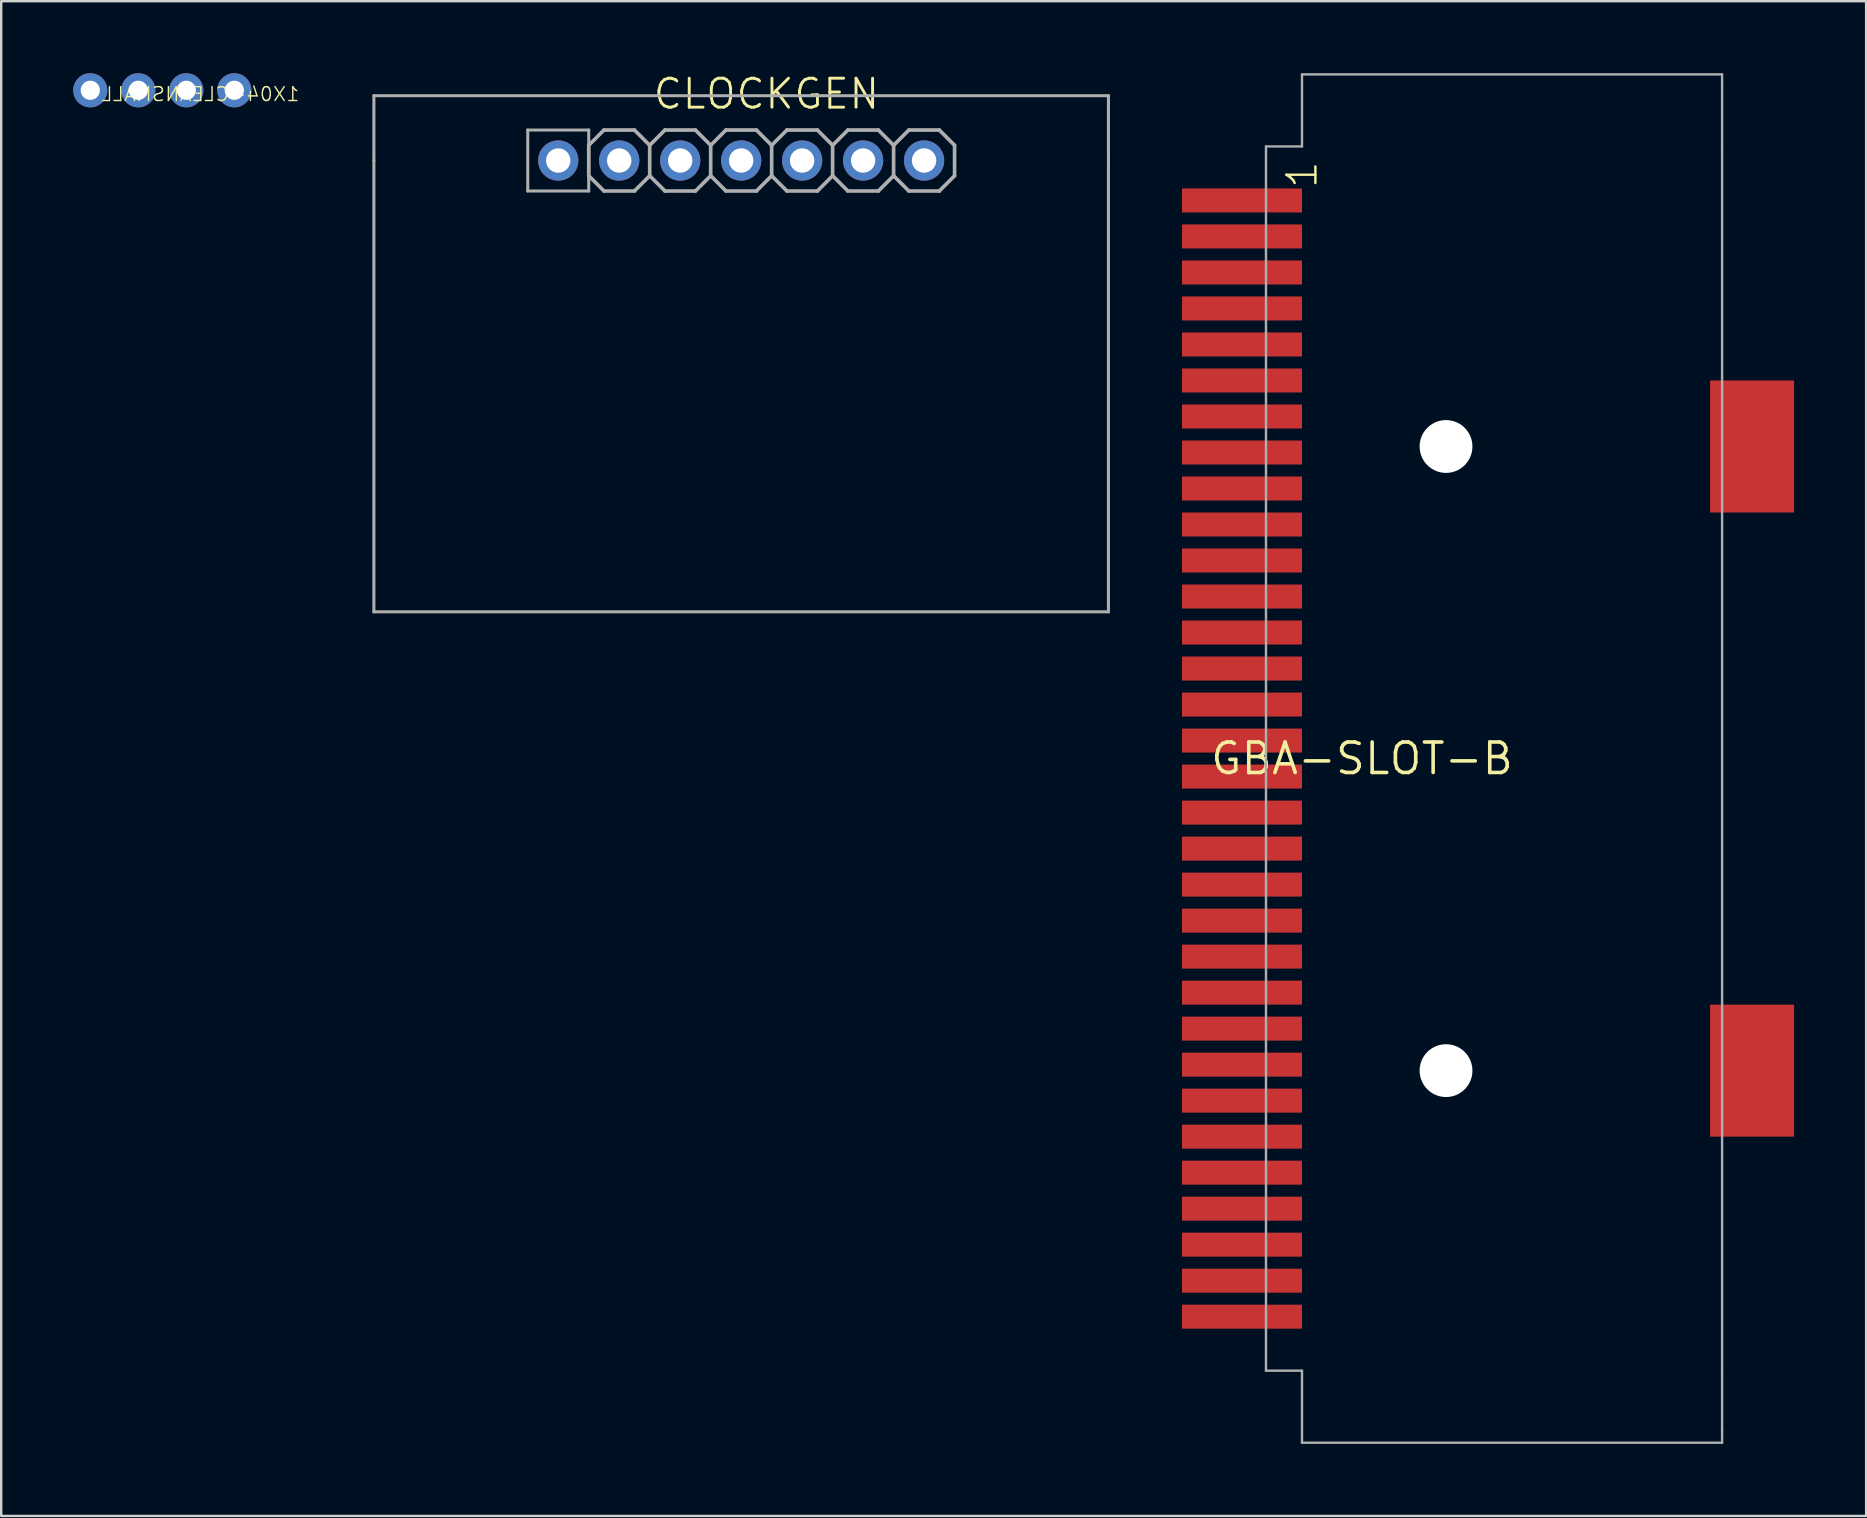
<source format=kicad_pcb>
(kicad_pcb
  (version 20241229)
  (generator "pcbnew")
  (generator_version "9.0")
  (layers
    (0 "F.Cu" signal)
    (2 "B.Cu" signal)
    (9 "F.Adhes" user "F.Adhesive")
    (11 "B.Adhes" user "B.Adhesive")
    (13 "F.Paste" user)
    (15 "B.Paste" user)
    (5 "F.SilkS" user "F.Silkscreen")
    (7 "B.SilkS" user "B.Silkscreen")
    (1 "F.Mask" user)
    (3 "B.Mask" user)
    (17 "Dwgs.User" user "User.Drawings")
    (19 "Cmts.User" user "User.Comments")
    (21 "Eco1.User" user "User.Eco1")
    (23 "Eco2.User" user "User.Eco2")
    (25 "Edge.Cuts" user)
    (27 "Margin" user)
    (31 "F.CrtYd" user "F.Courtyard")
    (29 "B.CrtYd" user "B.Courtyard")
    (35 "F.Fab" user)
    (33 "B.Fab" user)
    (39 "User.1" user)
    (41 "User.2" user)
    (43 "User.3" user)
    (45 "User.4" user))
  (footprint "1X04-CLEANSMALL"
    (layer "F.Cu")
    (at 3.711 0.711)
    (property "Reference" "1X04-CLEANSMALL" (at 5.75 0.5 0) (layer "F.SilkS") (effects (font (size 0.579 0.579) (thickness 0.058)) (justify left bottom mirror)))
    (attr through_hole)
    (pad "1" thru_hole circle (at -3 0 90) (size 1.422 1.422) (drill 0.8) (layers "*.Cu" "*.Mask"))
    (pad "2" thru_hole circle (at -1 0 90) (size 1.422 1.422) (drill 0.8) (layers "*.Cu" "*.Mask"))
    (pad "3" thru_hole circle (at 1 0 90) (size 1.422 1.422) (drill 0.8) (layers "*.Cu" "*.Mask"))
    (pad "4" thru_hole circle (at 3 0 90) (size 1.422 1.422) (drill 0.8) (layers "*.Cu" "*.Mask")))
  (footprint "CLOCKGEN"
    (layer "F.Cu")
    (at 27.825 3.637)
    (property "Reference" "CLOCKGEN" (at -3.736 -2.069 180) (layer "F.SilkS") (effects (font (size 1.206 1.206) (thickness 0.121)) (justify left bottom)))
    (attr through_hole)
    (fp_line (start -15.3 -2.7) (end 0 -2.7) (stroke (width 0.127) (type solid)) (layer "F.Fab"))
    (fp_line (start -15.3 0) (end -15.3 -2.7) (stroke (width 0.127) (type solid)) (layer "F.Fab"))
    (fp_line (start -15.3 0) (end -15.3 18.8) (stroke (width 0.127) (type solid)) (layer "F.Fab"))
    (fp_line (start -15.3 18.8) (end 15.3 18.8) (stroke (width 0.127) (type solid)) (layer "F.Fab"))
    (fp_line (start -8.89 -1.27) (end -6.35 -1.27) (stroke (width 0.127) (type solid)) (layer "F.Fab"))
    (fp_line (start -8.89 1.27) (end -8.89 -1.27) (stroke (width 0.127) (type solid)) (layer "F.Fab"))
    (fp_line (start -6.35 -1.27) (end -6.35 1.27) (stroke (width 0.127) (type solid)) (layer "F.Fab"))
    (fp_line (start -6.35 -0.635) (end -6.35 0.635) (stroke (width 0.152) (type solid)) (layer "F.Fab"))
    (fp_line (start -6.35 -0.635) (end -5.715 -1.27) (stroke (width 0.152) (type solid)) (layer "F.Fab"))
    (fp_line (start -6.35 1.27) (end -8.89 1.27) (stroke (width 0.127) (type solid)) (layer "F.Fab"))
    (fp_line (start -5.715 -1.27) (end -4.445 -1.27) (stroke (width 0.152) (type solid)) (layer "F.Fab"))
    (fp_line (start -5.715 1.27) (end -6.35 0.635) (stroke (width 0.152) (type solid)) (layer "F.Fab"))
    (fp_line (start -4.445 -1.27) (end -3.81 -0.635) (stroke (width 0.152) (type solid)) (layer "F.Fab"))
    (fp_line (start -4.445 1.27) (end -5.715 1.27) (stroke (width 0.152) (type solid)) (layer "F.Fab"))
    (fp_line (start -3.81 -0.635) (end -3.81 0.635) (stroke (width 0.152) (type solid)) (layer "F.Fab"))
    (fp_line (start -3.81 -0.635) (end -3.175 -1.27) (stroke (width 0.152) (type solid)) (layer "F.Fab"))
    (fp_line (start -3.81 0.635) (end -4.445 1.27) (stroke (width 0.152) (type solid)) (layer "F.Fab"))
    (fp_line (start -3.175 -1.27) (end -1.905 -1.27) (stroke (width 0.152) (type solid)) (layer "F.Fab"))
    (fp_line (start -3.175 1.27) (end -3.81 0.635) (stroke (width 0.152) (type solid)) (layer "F.Fab"))
    (fp_line (start -1.905 -1.27) (end -1.27 -0.635) (stroke (width 0.152) (type solid)) (layer "F.Fab"))
    (fp_line (start -1.905 1.27) (end -3.175 1.27) (stroke (width 0.152) (type solid)) (layer "F.Fab"))
    (fp_line (start -1.27 -0.635) (end -1.27 0.635) (stroke (width 0.152) (type solid)) (layer "F.Fab"))
    (fp_line (start -1.27 0.635) (end -1.905 1.27) (stroke (width 0.152) (type solid)) (layer "F.Fab"))
    (fp_line (start -1.27 0.635) (end -0.635 1.27) (stroke (width 0.152) (type solid)) (layer "F.Fab"))
    (fp_line (start -0.635 -1.27) (end -1.27 -0.635) (stroke (width 0.152) (type solid)) (layer "F.Fab"))
    (fp_line (start -0.635 -1.27) (end 0.635 -1.27) (stroke (width 0.152) (type solid)) (layer "F.Fab"))
    (fp_line (start 0 -2.7) (end 15.3 -2.7) (stroke (width 0.127) (type solid)) (layer "F.Fab"))
    (fp_line (start 0.635 -1.27) (end 1.27 -0.635) (stroke (width 0.152) (type solid)) (layer "F.Fab"))
    (fp_line (start 0.635 1.27) (end -0.635 1.27) (stroke (width 0.152) (type solid)) (layer "F.Fab"))
    (fp_line (start 1.27 -0.635) (end 1.27 0.635) (stroke (width 0.152) (type solid)) (layer "F.Fab"))
    (fp_line (start 1.27 -0.635) (end 1.905 -1.27) (stroke (width 0.152) (type solid)) (layer "F.Fab"))
    (fp_line (start 1.27 0.635) (end 0.635 1.27) (stroke (width 0.152) (type solid)) (layer "F.Fab"))
    (fp_line (start 1.905 -1.27) (end 3.175 -1.27) (stroke (width 0.152) (type solid)) (layer "F.Fab"))
    (fp_line (start 1.905 1.27) (end 1.27 0.635) (stroke (width 0.152) (type solid)) (layer "F.Fab"))
    (fp_line (start 3.175 -1.27) (end 3.81 -0.635) (stroke (width 0.152) (type solid)) (layer "F.Fab"))
    (fp_line (start 3.175 1.27) (end 1.905 1.27) (stroke (width 0.152) (type solid)) (layer "F.Fab"))
    (fp_line (start 3.81 -0.635) (end 3.81 0.635) (stroke (width 0.152) (type solid)) (layer "F.Fab"))
    (fp_line (start 3.81 -0.635) (end 4.445 -1.27) (stroke (width 0.152) (type solid)) (layer "F.Fab"))
    (fp_line (start 3.81 0.635) (end 3.175 1.27) (stroke (width 0.152) (type solid)) (layer "F.Fab"))
    (fp_line (start 4.445 -1.27) (end 5.715 -1.27) (stroke (width 0.152) (type solid)) (layer "F.Fab"))
    (fp_line (start 4.445 1.27) (end 3.81 0.635) (stroke (width 0.152) (type solid)) (layer "F.Fab"))
    (fp_line (start 5.715 -1.27) (end 6.35 -0.635) (stroke (width 0.152) (type solid)) (layer "F.Fab"))
    (fp_line (start 5.715 1.27) (end 4.445 1.27) (stroke (width 0.152) (type solid)) (layer "F.Fab"))
    (fp_line (start 6.35 -0.635) (end 6.35 0.635) (stroke (width 0.152) (type solid)) (layer "F.Fab"))
    (fp_line (start 6.35 0.635) (end 5.715 1.27) (stroke (width 0.152) (type solid)) (layer "F.Fab"))
    (fp_line (start 6.35 0.635) (end 6.985 1.27) (stroke (width 0.152) (type solid)) (layer "F.Fab"))
    (fp_line (start 6.985 -1.27) (end 6.35 -0.635) (stroke (width 0.152) (type solid)) (layer "F.Fab"))
    (fp_line (start 6.985 -1.27) (end 8.255 -1.27) (stroke (width 0.152) (type solid)) (layer "F.Fab"))
    (fp_line (start 8.255 -1.27) (end 8.89 -0.635) (stroke (width 0.152) (type solid)) (layer "F.Fab"))
    (fp_line (start 8.255 1.27) (end 6.985 1.27) (stroke (width 0.152) (type solid)) (layer "F.Fab"))
    (fp_line (start 8.89 -0.635) (end 8.89 0.635) (stroke (width 0.152) (type solid)) (layer "F.Fab"))
    (fp_line (start 8.89 0.635) (end 8.255 1.27) (stroke (width 0.152) (type solid)) (layer "F.Fab"))
    (fp_line (start 15.3 -2.7) (end 15.3 0) (stroke (width 0.127) (type solid)) (layer "F.Fab"))
    (fp_line (start 15.3 18.8) (end 15.3 0) (stroke (width 0.127) (type solid)) (layer "F.Fab"))
    (fp_poly (pts (xy -7.874 0.254) (xy -7.366 0.254) (xy -7.366 -0.254) (xy -7.874 -0.254)) (stroke (width 0.1) (type solid)) (fill no) (layer "F.Fab"))
    (fp_poly (pts (xy -5.334 0.254) (xy -4.826 0.254) (xy -4.826 -0.254) (xy -5.334 -0.254)) (stroke (width 0.1) (type solid)) (fill no) (layer "F.Fab"))
    (fp_poly (pts (xy -2.794 0.254) (xy -2.286 0.254) (xy -2.286 -0.254) (xy -2.794 -0.254)) (stroke (width 0.1) (type solid)) (fill no) (layer "F.Fab"))
    (fp_poly (pts (xy -0.254 0.254) (xy 0.254 0.254) (xy 0.254 -0.254) (xy -0.254 -0.254)) (stroke (width 0.1) (type solid)) (fill no) (layer "F.Fab"))
    (fp_poly (pts (xy 2.286 0.254) (xy 2.794 0.254) (xy 2.794 -0.254) (xy 2.286 -0.254)) (stroke (width 0.1) (type solid)) (fill no) (layer "F.Fab"))
    (fp_poly (pts (xy 4.826 0.254) (xy 5.334 0.254) (xy 5.334 -0.254) (xy 4.826 -0.254)) (stroke (width 0.1) (type solid)) (fill no) (layer "F.Fab"))
    (fp_poly (pts (xy 7.366 0.254) (xy 7.874 0.254) (xy 7.874 -0.254) (xy 7.366 -0.254)) (stroke (width 0.1) (type solid)) (fill no) (layer "F.Fab"))
    (pad "1" thru_hole circle (at -7.62 0 90) (size 1.676 1.676) (drill 1.016) (layers "*.Cu" "*.Mask"))
    (pad "2" thru_hole circle (at -5.08 0 90) (size 1.676 1.676) (drill 1.016) (layers "*.Cu" "*.Mask"))
    (pad "3" thru_hole circle (at -2.54 0 90) (size 1.676 1.676) (drill 1.016) (layers "*.Cu" "*.Mask"))
    (pad "4" thru_hole circle (at 0 0 90) (size 1.676 1.676) (drill 1.016) (layers "*.Cu" "*.Mask"))
    (pad "5" thru_hole circle (at 2.54 0 90) (size 1.676 1.676) (drill 1.016) (layers "*.Cu" "*.Mask"))
    (pad "6" thru_hole circle (at 5.08 0 90) (size 1.676 1.676) (drill 1.016) (layers "*.Cu" "*.Mask"))
    (pad "7" thru_hole circle (at 7.62 0 90) (size 1.676 1.676) (drill 1.016) (layers "*.Cu" "*.Mask")))
  (footprint "GBA-SLOT-B"
    (layer "F.Cu")
    (at 53.688 28.55)
    (property "Reference" "GBA-SLOT-B" (at 0 0 0) (layer "F.SilkS") (effects (font (size 1.27 1.27) (thickness 0.15))))
    (attr through_hole)
    (fp_line (start -4 -25.5) (end -4 25.5) (stroke (width 0.1) (type solid)) (layer "F.Fab"))
    (fp_line (start -4 25.5) (end -2.5 25.5) (stroke (width 0.1) (type solid)) (layer "F.Fab"))
    (fp_line (start -2.5 -28.5) (end -2.5 -28) (stroke (width 0.1) (type solid)) (layer "F.Fab"))
    (fp_line (start -2.5 -25.5) (end -4 -25.5) (stroke (width 0.1) (type solid)) (layer "F.Fab"))
    (fp_line (start -2.5 -25.5) (end -2.5 -28) (stroke (width 0.1) (type solid)) (layer "F.Fab"))
    (fp_line (start -2.5 25.5) (end -2.5 28) (stroke (width 0.1) (type solid)) (layer "F.Fab"))
    (fp_line (start -2.5 28) (end -2.5 28.5) (stroke (width 0.1) (type solid)) (layer "F.Fab"))
    (fp_line (start 15 -28.5) (end -2.5 -28.5) (stroke (width 0.1) (type solid)) (layer "F.Fab"))
    (fp_line (start 15 -28) (end 15 -28.5) (stroke (width 0.1) (type solid)) (layer "F.Fab"))
    (fp_line (start 15 -28) (end 15 -25.5) (stroke (width 0.1) (type solid)) (layer "F.Fab"))
    (fp_line (start 15 -25.5) (end 15 25.5) (stroke (width 0.1) (type solid)) (layer "F.Fab"))
    (fp_line (start 15 28) (end 15 25.5) (stroke (width 0.1) (type solid)) (layer "F.Fab"))
    (fp_line (start 15 28) (end 15 28.5) (stroke (width 0.1) (type solid)) (layer "F.Fab"))
    (fp_line (start 15 28.5) (end -2.5 28.5) (stroke (width 0.1) (type solid)) (layer "F.Fab"))
    (fp_text user "1" (at -1.79 -23.68 270) (layer "F.SilkS") (effects (font (size 1.206 1.206) (thickness 0.102)) (justify left bottom)))
    (pad "" np_thru_hole circle (at 3.5 -13) (size 2.2 2.2) (drill 2.2) (layers "*.Cu" "*.Mask"))
    (pad "" np_thru_hole circle (at 3.5 13) (size 2.2 2.2) (drill 2.2) (layers "*.Cu" "*.Mask"))
    (pad "1" smd rect (at -5 -23.25 180) (size 5 1) (layers "F.Cu" "F.Mask" "F.Paste"))
    (pad "2" smd rect (at -5 -21.75 180) (size 5 1) (layers "F.Cu" "F.Mask" "F.Paste"))
    (pad "3" smd rect (at -5 -20.25 180) (size 5 1) (layers "F.Cu" "F.Mask" "F.Paste"))
    (pad "4" smd rect (at -5 -18.75 180) (size 5 1) (layers "F.Cu" "F.Mask" "F.Paste"))
    (pad "5" smd rect (at -5 -17.25 180) (size 5 1) (layers "F.Cu" "F.Mask" "F.Paste"))
    (pad "6" smd rect (at -5 -15.75 180) (size 5 1) (layers "F.Cu" "F.Mask" "F.Paste"))
    (pad "7" smd rect (at -5 -14.25 180) (size 5 1) (layers "F.Cu" "F.Mask" "F.Paste"))
    (pad "8" smd rect (at -5 -12.75 180) (size 5 1) (layers "F.Cu" "F.Mask" "F.Paste"))
    (pad "9" smd rect (at -5 -11.25 180) (size 5 1) (layers "F.Cu" "F.Mask" "F.Paste"))
    (pad "10" smd rect (at -5 -9.75 180) (size 5 1) (layers "F.Cu" "F.Mask" "F.Paste"))
    (pad "11" smd rect (at -5 -8.25 180) (size 5 1) (layers "F.Cu" "F.Mask" "F.Paste"))
    (pad "12" smd rect (at -5 -6.75 180) (size 5 1) (layers "F.Cu" "F.Mask" "F.Paste"))
    (pad "13" smd rect (at -5 -5.25 180) (size 5 1) (layers "F.Cu" "F.Mask" "F.Paste"))
    (pad "14" smd rect (at -5 -3.75 180) (size 5 1) (layers "F.Cu" "F.Mask" "F.Paste"))
    (pad "15" smd rect (at -5 -2.25 180) (size 5 1) (layers "F.Cu" "F.Mask" "F.Paste"))
    (pad "16" smd rect (at -5 -0.75 180) (size 5 1) (layers "F.Cu" "F.Mask" "F.Paste"))
    (pad "17" smd rect (at -5 0.75 180) (size 5 1) (layers "F.Cu" "F.Mask" "F.Paste"))
    (pad "18" smd rect (at -5 2.25 180) (size 5 1) (layers "F.Cu" "F.Mask" "F.Paste"))
    (pad "19" smd rect (at -5 3.75 180) (size 5 1) (layers "F.Cu" "F.Mask" "F.Paste"))
    (pad "20" smd rect (at -5 5.25 180) (size 5 1) (layers "F.Cu" "F.Mask" "F.Paste"))
    (pad "21" smd rect (at -5 6.75 180) (size 5 1) (layers "F.Cu" "F.Mask" "F.Paste"))
    (pad "22" smd rect (at -5 8.25 180) (size 5 1) (layers "F.Cu" "F.Mask" "F.Paste"))
    (pad "23" smd rect (at -5 9.75 180) (size 5 1) (layers "F.Cu" "F.Mask" "F.Paste"))
    (pad "24" smd rect (at -5 11.25 180) (size 5 1) (layers "F.Cu" "F.Mask" "F.Paste"))
    (pad "25" smd rect (at -5 12.75 180) (size 5 1) (layers "F.Cu" "F.Mask" "F.Paste"))
    (pad "26" smd rect (at -5 14.25 180) (size 5 1) (layers "F.Cu" "F.Mask" "F.Paste"))
    (pad "27" smd rect (at -5 15.75 180) (size 5 1) (layers "F.Cu" "F.Mask" "F.Paste"))
    (pad "28" smd rect (at -5 17.25 180) (size 5 1) (layers "F.Cu" "F.Mask" "F.Paste"))
    (pad "29" smd rect (at -5 18.75 180) (size 5 1) (layers "F.Cu" "F.Mask" "F.Paste"))
    (pad "30" smd rect (at -5 20.25 180) (size 5 1) (layers "F.Cu" "F.Mask" "F.Paste"))
    (pad "31" smd rect (at -5 21.75 180) (size 5 1) (layers "F.Cu" "F.Mask" "F.Paste"))
    (pad "32" smd rect (at -5 23.25 180) (size 5 1) (layers "F.Cu" "F.Mask" "F.Paste"))
    (pad "SHIELD_3" smd rect (at 16.25 -13 270) (size 5.5 3.5) (layers "F.Cu" "F.Mask" "F.Paste"))
    (pad "SHIELD_4" smd rect (at 16.25 13 270) (size 5.5 3.5) (layers "F.Cu" "F.Mask" "F.Paste")))
  (gr_rect
    (start -3 -3)
    (end 74.688 60.1)
    (stroke (width 0.1) (type default))
    (fill no)
    (layer "Edge.Cuts")))
</source>
